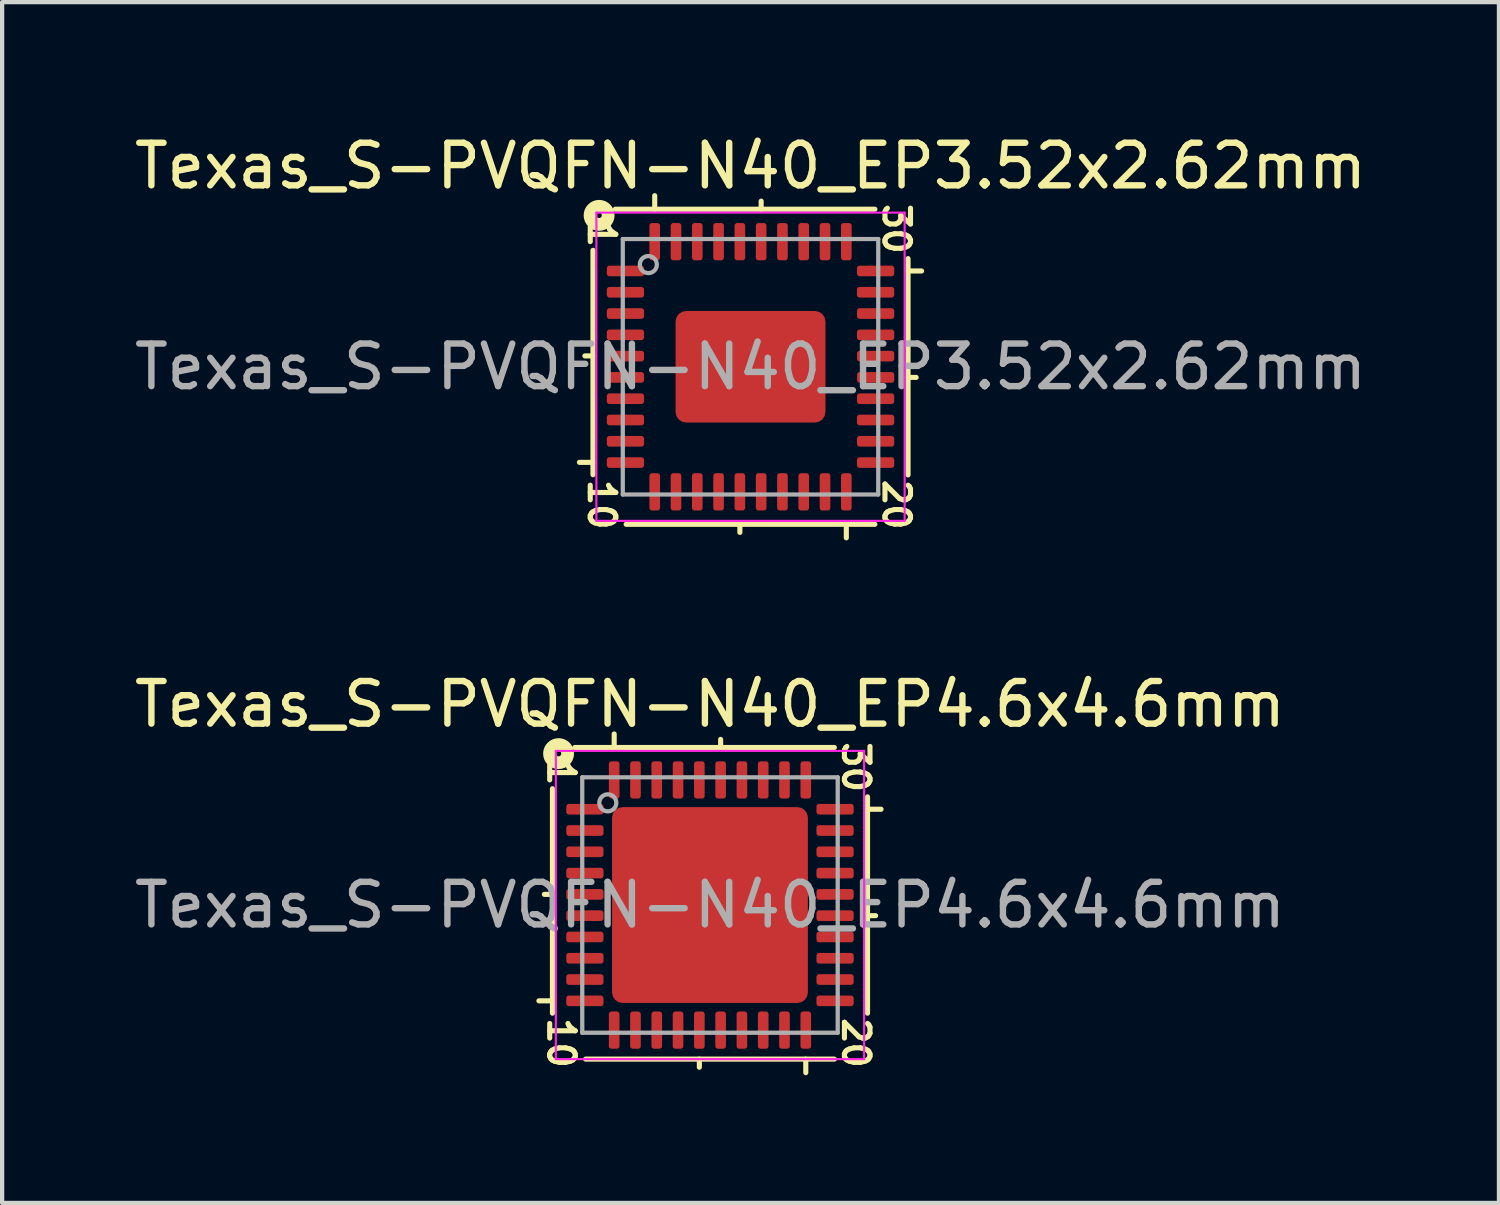
<source format=kicad_pcb>
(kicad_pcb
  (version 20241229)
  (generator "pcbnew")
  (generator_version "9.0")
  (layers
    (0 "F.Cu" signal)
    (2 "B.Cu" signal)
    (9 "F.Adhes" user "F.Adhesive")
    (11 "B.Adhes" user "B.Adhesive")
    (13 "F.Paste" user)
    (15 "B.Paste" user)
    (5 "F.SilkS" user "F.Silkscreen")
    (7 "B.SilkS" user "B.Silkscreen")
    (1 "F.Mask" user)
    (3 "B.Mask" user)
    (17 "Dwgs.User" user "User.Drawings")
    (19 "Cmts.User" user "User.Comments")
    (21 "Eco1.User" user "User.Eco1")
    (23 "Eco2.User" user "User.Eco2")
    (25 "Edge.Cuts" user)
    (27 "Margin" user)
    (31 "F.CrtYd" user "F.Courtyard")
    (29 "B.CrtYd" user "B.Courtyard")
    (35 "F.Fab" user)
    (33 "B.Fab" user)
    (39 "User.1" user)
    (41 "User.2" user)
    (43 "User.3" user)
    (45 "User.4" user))
  (footprint "Texas_S-PVQFN-N40_EP4.6x4.6mm"
    (layer "F.Cu")
    (at 13.625 18.206)
    (property "Reference" "Texas_S-PVQFN-N40_EP4.6x4.6mm" (at 0 -4.716 0) (layer "F.SilkS") (effects (font (size 1 1) (thickness 0.15))))
    (attr smd)
    (fp_line (start -3.7 -2.731) (end -3.7 2.54) (stroke (width 0.12) (type solid)) (layer "F.SilkS"))
    (fp_line (start -3.7 -0.25) (end -3.89 -0.25) (stroke (width 0.12) (type solid)) (layer "F.SilkS"))
    (fp_line (start -3.7 2.25) (end -4.018 2.25) (stroke (width 0.12) (type solid)) (layer "F.SilkS"))
    (fp_line (start -2.921 3.619) (end 2.921 3.619) (stroke (width 0.12) (type solid)) (layer "F.SilkS"))
    (fp_line (start -2.25 -3.7) (end -2.25 -4.018) (stroke (width 0.12) (type solid)) (layer "F.SilkS"))
    (fp_line (start -0.25 3.619) (end -0.25 3.81) (stroke (width 0.12) (type solid)) (layer "F.SilkS"))
    (fp_line (start 0.25 -3.7) (end 0.25 -3.89) (stroke (width 0.12) (type solid)) (layer "F.SilkS"))
    (fp_line (start 2.25 3.619) (end 2.25 3.937) (stroke (width 0.12) (type solid)) (layer "F.SilkS"))
    (fp_line (start 2.921 -3.7) (end -3.175 -3.7) (stroke (width 0.12) (type solid)) (layer "F.SilkS"))
    (fp_line (start 3.7 -2.25) (end 4.018 -2.25) (stroke (width 0.12) (type solid)) (layer "F.SilkS"))
    (fp_line (start 3.7 0.25) (end 3.89 0.25) (stroke (width 0.12) (type solid)) (layer "F.SilkS"))
    (fp_line (start 3.7 2.54) (end 3.7 -2.54) (stroke (width 0.12) (type solid)) (layer "F.SilkS"))
    (fp_circle (center -3.556 -3.556) (end -3.493 -3.556) (stroke (width 0.3) (type solid)) (fill no) (layer "F.SilkS"))
    (fp_line (start -3.62 -3.62) (end -3.62 3.62) (stroke (width 0.05) (type solid)) (layer "F.CrtYd"))
    (fp_line (start -3.62 3.62) (end 3.62 3.62) (stroke (width 0.05) (type solid)) (layer "F.CrtYd"))
    (fp_line (start 3.62 -3.62) (end -3.62 -3.62) (stroke (width 0.05) (type solid)) (layer "F.CrtYd"))
    (fp_line (start 3.62 3.62) (end 3.62 -3.62) (stroke (width 0.05) (type solid)) (layer "F.CrtYd"))
    (fp_line (start -3 -3) (end 3 -3) (stroke (width 0.1) (type solid)) (layer "F.Fab"))
    (fp_line (start -3 3) (end -3 -3) (stroke (width 0.1) (type solid)) (layer "F.Fab"))
    (fp_line (start 3 -3) (end 3 3) (stroke (width 0.1) (type solid)) (layer "F.Fab"))
    (fp_line (start 3 3) (end -3 3) (stroke (width 0.1) (type solid)) (layer "F.Fab"))
    (fp_circle (center -2.4 -2.4) (end -2.2 -2.4) (stroke (width 0.1) (type solid)) (fill no) (layer "F.Fab"))
    (fp_text user "20" (at 3.429 3.239 270) (unlocked yes) (layer "F.SilkS") (effects (font (size 0.6 0.6) (thickness 0.12))))
    (fp_text user "30" (at 3.429 -3.239 270) (unlocked yes) (layer "F.SilkS") (effects (font (size 0.6 0.6) (thickness 0.12))))
    (fp_text user "1" (at -3.493 -3.111 270) (unlocked yes) (layer "F.SilkS") (effects (font (size 0.6 0.6) (thickness 0.12))))
    (fp_text user "10" (at -3.493 3.239 270) (unlocked yes) (layer "F.SilkS") (effects (font (size 0.6 0.6) (thickness 0.12))))
    (fp_text user "${REFERENCE}" (at 0 0 0) (layer "F.Fab") (effects (font (size 1 1) (thickness 0.15))))
    (pad "" smd roundrect (at -1.53 -1.53) (size 1.24 1.24) (layers "F.Paste") (roundrect_rratio 0.202))
    (pad "" smd roundrect (at -1.53 0) (size 1.24 1.24) (layers "F.Paste") (roundrect_rratio 0.202))
    (pad "" smd roundrect (at -1.53 1.53) (size 1.24 1.24) (layers "F.Paste") (roundrect_rratio 0.202))
    (pad "" smd roundrect (at 0 -1.53) (size 1.24 1.24) (layers "F.Paste") (roundrect_rratio 0.202))
    (pad "" smd roundrect (at 0 0) (size 1.24 1.24) (layers "F.Paste") (roundrect_rratio 0.202))
    (pad "" smd roundrect (at 0 1.53) (size 1.24 1.24) (layers "F.Paste") (roundrect_rratio 0.202))
    (pad "" smd roundrect (at 1.53 -1.53) (size 1.24 1.24) (layers "F.Paste") (roundrect_rratio 0.202))
    (pad "" smd roundrect (at 1.53 0) (size 1.24 1.24) (layers "F.Paste") (roundrect_rratio 0.202))
    (pad "" smd roundrect (at 1.53 1.53) (size 1.24 1.24) (layers "F.Paste") (roundrect_rratio 0.202))
    (pad "1" smd roundrect (at -2.938 -2.25) (size 0.875 0.25) (layers "F.Cu" "F.Mask" "F.Paste") (roundrect_rratio 0.25))
    (pad "2" smd roundrect (at -2.938 -1.75) (size 0.875 0.25) (layers "F.Cu" "F.Mask" "F.Paste") (roundrect_rratio 0.25))
    (pad "3" smd roundrect (at -2.938 -1.25) (size 0.875 0.25) (layers "F.Cu" "F.Mask" "F.Paste") (roundrect_rratio 0.25))
    (pad "4" smd roundrect (at -2.938 -0.75) (size 0.875 0.25) (layers "F.Cu" "F.Mask" "F.Paste") (roundrect_rratio 0.25))
    (pad "5" smd roundrect (at -2.938 -0.25) (size 0.875 0.25) (layers "F.Cu" "F.Mask" "F.Paste") (roundrect_rratio 0.25))
    (pad "6" smd roundrect (at -2.938 0.25) (size 0.875 0.25) (layers "F.Cu" "F.Mask" "F.Paste") (roundrect_rratio 0.25))
    (pad "7" smd roundrect (at -2.938 0.75) (size 0.875 0.25) (layers "F.Cu" "F.Mask" "F.Paste") (roundrect_rratio 0.25))
    (pad "8" smd roundrect (at -2.938 1.25) (size 0.875 0.25) (layers "F.Cu" "F.Mask" "F.Paste") (roundrect_rratio 0.25))
    (pad "9" smd roundrect (at -2.938 1.75) (size 0.875 0.25) (layers "F.Cu" "F.Mask" "F.Paste") (roundrect_rratio 0.25))
    (pad "10" smd roundrect (at -2.938 2.25) (size 0.875 0.25) (layers "F.Cu" "F.Mask" "F.Paste") (roundrect_rratio 0.25))
    (pad "11" smd roundrect (at -2.25 2.938) (size 0.25 0.875) (layers "F.Cu" "F.Mask" "F.Paste") (roundrect_rratio 0.25))
    (pad "12" smd roundrect (at -1.75 2.938) (size 0.25 0.875) (layers "F.Cu" "F.Mask" "F.Paste") (roundrect_rratio 0.25))
    (pad "13" smd roundrect (at -1.25 2.938) (size 0.25 0.875) (layers "F.Cu" "F.Mask" "F.Paste") (roundrect_rratio 0.25))
    (pad "14" smd roundrect (at -0.75 2.938) (size 0.25 0.875) (layers "F.Cu" "F.Mask" "F.Paste") (roundrect_rratio 0.25))
    (pad "15" smd roundrect (at -0.25 2.938) (size 0.25 0.875) (layers "F.Cu" "F.Mask" "F.Paste") (roundrect_rratio 0.25))
    (pad "16" smd roundrect (at 0.25 2.938) (size 0.25 0.875) (layers "F.Cu" "F.Mask" "F.Paste") (roundrect_rratio 0.25))
    (pad "17" smd roundrect (at 0.75 2.938) (size 0.25 0.875) (layers "F.Cu" "F.Mask" "F.Paste") (roundrect_rratio 0.25))
    (pad "18" smd roundrect (at 1.25 2.938) (size 0.25 0.875) (layers "F.Cu" "F.Mask" "F.Paste") (roundrect_rratio 0.25))
    (pad "19" smd roundrect (at 1.75 2.938) (size 0.25 0.875) (layers "F.Cu" "F.Mask" "F.Paste") (roundrect_rratio 0.25))
    (pad "20" smd roundrect (at 2.25 2.938) (size 0.25 0.875) (layers "F.Cu" "F.Mask" "F.Paste") (roundrect_rratio 0.25))
    (pad "21" smd roundrect (at 2.938 2.25) (size 0.875 0.25) (layers "F.Cu" "F.Mask" "F.Paste") (roundrect_rratio 0.25))
    (pad "22" smd roundrect (at 2.938 1.75) (size 0.875 0.25) (layers "F.Cu" "F.Mask" "F.Paste") (roundrect_rratio 0.25))
    (pad "23" smd roundrect (at 2.938 1.25) (size 0.875 0.25) (layers "F.Cu" "F.Mask" "F.Paste") (roundrect_rratio 0.25))
    (pad "24" smd roundrect (at 2.938 0.75) (size 0.875 0.25) (layers "F.Cu" "F.Mask" "F.Paste") (roundrect_rratio 0.25))
    (pad "25" smd roundrect (at 2.938 0.25) (size 0.875 0.25) (layers "F.Cu" "F.Mask" "F.Paste") (roundrect_rratio 0.25))
    (pad "26" smd roundrect (at 2.938 -0.25) (size 0.875 0.25) (layers "F.Cu" "F.Mask" "F.Paste") (roundrect_rratio 0.25))
    (pad "27" smd roundrect (at 2.938 -0.75) (size 0.875 0.25) (layers "F.Cu" "F.Mask" "F.Paste") (roundrect_rratio 0.25))
    (pad "28" smd roundrect (at 2.938 -1.25) (size 0.875 0.25) (layers "F.Cu" "F.Mask" "F.Paste") (roundrect_rratio 0.25))
    (pad "29" smd roundrect (at 2.938 -1.75) (size 0.875 0.25) (layers "F.Cu" "F.Mask" "F.Paste") (roundrect_rratio 0.25))
    (pad "30" smd roundrect (at 2.938 -2.25) (size 0.875 0.25) (layers "F.Cu" "F.Mask" "F.Paste") (roundrect_rratio 0.25))
    (pad "31" smd roundrect (at 2.25 -2.938) (size 0.25 0.875) (layers "F.Cu" "F.Mask" "F.Paste") (roundrect_rratio 0.25))
    (pad "32" smd roundrect (at 1.75 -2.938) (size 0.25 0.875) (layers "F.Cu" "F.Mask" "F.Paste") (roundrect_rratio 0.25))
    (pad "33" smd roundrect (at 1.25 -2.938) (size 0.25 0.875) (layers "F.Cu" "F.Mask" "F.Paste") (roundrect_rratio 0.25))
    (pad "34" smd roundrect (at 0.75 -2.938) (size 0.25 0.875) (layers "F.Cu" "F.Mask" "F.Paste") (roundrect_rratio 0.25))
    (pad "35" smd roundrect (at 0.25 -2.938) (size 0.25 0.875) (layers "F.Cu" "F.Mask" "F.Paste") (roundrect_rratio 0.25))
    (pad "36" smd roundrect (at -0.25 -2.938) (size 0.25 0.875) (layers "F.Cu" "F.Mask" "F.Paste") (roundrect_rratio 0.25))
    (pad "37" smd roundrect (at -0.75 -2.938) (size 0.25 0.875) (layers "F.Cu" "F.Mask" "F.Paste") (roundrect_rratio 0.25))
    (pad "38" smd roundrect (at -1.25 -2.938) (size 0.25 0.875) (layers "F.Cu" "F.Mask" "F.Paste") (roundrect_rratio 0.25))
    (pad "39" smd roundrect (at -1.75 -2.938) (size 0.25 0.875) (layers "F.Cu" "F.Mask" "F.Paste") (roundrect_rratio 0.25))
    (pad "40" smd roundrect (at -2.25 -2.938) (size 0.25 0.875) (layers "F.Cu" "F.Mask" "F.Paste") (roundrect_rratio 0.25))
    (pad "41" smd roundrect (at 0 0) (size 4.6 4.6) (layers "F.Cu" "F.Mask") (roundrect_rratio 0.054)))
  (footprint "Texas_S-PVQFN-N40_EP3.52x2.62mm"
    (layer "F.Cu")
    (at 14.577 5.564)
    (property "Reference" "Texas_S-PVQFN-N40_EP3.52x2.62mm" (at 0 -4.716 0) (layer "F.SilkS") (effects (font (size 1 1) (thickness 0.15))))
    (attr smd)
    (fp_line (start -3.7 -2.735) (end -3.7 2.535) (stroke (width 0.12) (type solid)) (layer "F.SilkS"))
    (fp_line (start -3.7 -0.255) (end -3.89 -0.255) (stroke (width 0.12) (type solid)) (layer "F.SilkS"))
    (fp_line (start -3.7 2.245) (end -4.018 2.245) (stroke (width 0.12) (type solid)) (layer "F.SilkS"))
    (fp_line (start -2.921 3.7) (end 2.921 3.7) (stroke (width 0.12) (type solid)) (layer "F.SilkS"))
    (fp_line (start -2.25 -3.7) (end -2.25 -4.018) (stroke (width 0.12) (type solid)) (layer "F.SilkS"))
    (fp_line (start -0.25 3.7) (end -0.25 3.89) (stroke (width 0.12) (type solid)) (layer "F.SilkS"))
    (fp_line (start 0.25 -3.7) (end 0.25 -3.89) (stroke (width 0.12) (type solid)) (layer "F.SilkS"))
    (fp_line (start 2.25 3.7) (end 2.25 4.018) (stroke (width 0.12) (type solid)) (layer "F.SilkS"))
    (fp_line (start 2.921 -3.7) (end -3.175 -3.7) (stroke (width 0.12) (type solid)) (layer "F.SilkS"))
    (fp_line (start 3.7 -2.25) (end 4.018 -2.25) (stroke (width 0.12) (type solid)) (layer "F.SilkS"))
    (fp_line (start 3.7 0.25) (end 3.89 0.25) (stroke (width 0.12) (type solid)) (layer "F.SilkS"))
    (fp_line (start 3.7 2.54) (end 3.7 -2.54) (stroke (width 0.12) (type solid)) (layer "F.SilkS"))
    (fp_circle (center -3.556 -3.556) (end -3.493 -3.556) (stroke (width 0.3) (type solid)) (fill no) (layer "F.SilkS"))
    (fp_line (start -3.62 -3.62) (end -3.62 3.62) (stroke (width 0.05) (type solid)) (layer "F.CrtYd"))
    (fp_line (start -3.62 3.62) (end 3.62 3.62) (stroke (width 0.05) (type solid)) (layer "F.CrtYd"))
    (fp_line (start 3.62 -3.62) (end -3.62 -3.62) (stroke (width 0.05) (type solid)) (layer "F.CrtYd"))
    (fp_line (start 3.62 3.62) (end 3.62 -3.62) (stroke (width 0.05) (type solid)) (layer "F.CrtYd"))
    (fp_line (start -3 -3) (end 3 -3) (stroke (width 0.1) (type solid)) (layer "F.Fab"))
    (fp_line (start -3 3) (end -3 -3) (stroke (width 0.1) (type solid)) (layer "F.Fab"))
    (fp_line (start 3 -3) (end 3 3) (stroke (width 0.1) (type solid)) (layer "F.Fab"))
    (fp_line (start 3 3) (end -3 3) (stroke (width 0.1) (type solid)) (layer "F.Fab"))
    (fp_circle (center -2.4 -2.4) (end -2.2 -2.4) (stroke (width 0.1) (type solid)) (fill no) (layer "F.Fab"))
    (fp_text user "20" (at 3.429 3.239 270) (unlocked yes) (layer "F.SilkS") (effects (font (size 0.6 0.6) (thickness 0.12))))
    (fp_text user "10" (at -3.493 3.239 270) (unlocked yes) (layer "F.SilkS") (effects (font (size 0.6 0.6) (thickness 0.12))))
    (fp_text user "30" (at 3.429 -3.239 270) (unlocked yes) (layer "F.SilkS") (effects (font (size 0.6 0.6) (thickness 0.12))))
    (fp_text user "1" (at -3.493 -3.111 270) (unlocked yes) (layer "F.SilkS") (effects (font (size 0.6 0.6) (thickness 0.12))))
    (fp_text user "${REFERENCE}" (at 0 0 0) (layer "F.Fab") (effects (font (size 1 1) (thickness 0.15))))
    (pad "" smd roundrect (at -1.17 -0.655) (size 0.95 1.06) (layers "F.Paste") (roundrect_rratio 0.25))
    (pad "" smd roundrect (at -1.17 0.655) (size 0.95 1.06) (layers "F.Paste") (roundrect_rratio 0.25))
    (pad "" smd roundrect (at 0 -0.655) (size 0.95 1.06) (layers "F.Paste") (roundrect_rratio 0.25))
    (pad "" smd roundrect (at 0 0.655) (size 0.95 1.06) (layers "F.Paste") (roundrect_rratio 0.25))
    (pad "" smd roundrect (at 1.17 -0.655) (size 0.95 1.06) (layers "F.Paste") (roundrect_rratio 0.25))
    (pad "" smd roundrect (at 1.17 0.655) (size 0.95 1.06) (layers "F.Paste") (roundrect_rratio 0.25))
    (pad "1" smd roundrect (at -2.938 -2.25) (size 0.875 0.25) (layers "F.Cu" "F.Mask" "F.Paste") (roundrect_rratio 0.25))
    (pad "2" smd roundrect (at -2.938 -1.75) (size 0.875 0.25) (layers "F.Cu" "F.Mask" "F.Paste") (roundrect_rratio 0.25))
    (pad "3" smd roundrect (at -2.938 -1.25) (size 0.875 0.25) (layers "F.Cu" "F.Mask" "F.Paste") (roundrect_rratio 0.25))
    (pad "4" smd roundrect (at -2.938 -0.75) (size 0.875 0.25) (layers "F.Cu" "F.Mask" "F.Paste") (roundrect_rratio 0.25))
    (pad "5" smd roundrect (at -2.938 -0.25) (size 0.875 0.25) (layers "F.Cu" "F.Mask" "F.Paste") (roundrect_rratio 0.25))
    (pad "6" smd roundrect (at -2.938 0.25) (size 0.875 0.25) (layers "F.Cu" "F.Mask" "F.Paste") (roundrect_rratio 0.25))
    (pad "7" smd roundrect (at -2.938 0.75) (size 0.875 0.25) (layers "F.Cu" "F.Mask" "F.Paste") (roundrect_rratio 0.25))
    (pad "8" smd roundrect (at -2.938 1.25) (size 0.875 0.25) (layers "F.Cu" "F.Mask" "F.Paste") (roundrect_rratio 0.25))
    (pad "9" smd roundrect (at -2.938 1.75) (size 0.875 0.25) (layers "F.Cu" "F.Mask" "F.Paste") (roundrect_rratio 0.25))
    (pad "10" smd roundrect (at -2.938 2.25) (size 0.875 0.25) (layers "F.Cu" "F.Mask" "F.Paste") (roundrect_rratio 0.25))
    (pad "11" smd roundrect (at -2.25 2.938) (size 0.25 0.875) (layers "F.Cu" "F.Mask" "F.Paste") (roundrect_rratio 0.25))
    (pad "12" smd roundrect (at -1.75 2.938) (size 0.25 0.875) (layers "F.Cu" "F.Mask" "F.Paste") (roundrect_rratio 0.25))
    (pad "13" smd roundrect (at -1.25 2.938) (size 0.25 0.875) (layers "F.Cu" "F.Mask" "F.Paste") (roundrect_rratio 0.25))
    (pad "14" smd roundrect (at -0.75 2.938) (size 0.25 0.875) (layers "F.Cu" "F.Mask" "F.Paste") (roundrect_rratio 0.25))
    (pad "15" smd roundrect (at -0.25 2.938) (size 0.25 0.875) (layers "F.Cu" "F.Mask" "F.Paste") (roundrect_rratio 0.25))
    (pad "16" smd roundrect (at 0.25 2.938) (size 0.25 0.875) (layers "F.Cu" "F.Mask" "F.Paste") (roundrect_rratio 0.25))
    (pad "17" smd roundrect (at 0.75 2.938) (size 0.25 0.875) (layers "F.Cu" "F.Mask" "F.Paste") (roundrect_rratio 0.25))
    (pad "18" smd roundrect (at 1.25 2.938) (size 0.25 0.875) (layers "F.Cu" "F.Mask" "F.Paste") (roundrect_rratio 0.25))
    (pad "19" smd roundrect (at 1.75 2.938) (size 0.25 0.875) (layers "F.Cu" "F.Mask" "F.Paste") (roundrect_rratio 0.25))
    (pad "20" smd roundrect (at 2.25 2.938) (size 0.25 0.875) (layers "F.Cu" "F.Mask" "F.Paste") (roundrect_rratio 0.25))
    (pad "21" smd roundrect (at 2.938 2.25) (size 0.875 0.25) (layers "F.Cu" "F.Mask" "F.Paste") (roundrect_rratio 0.25))
    (pad "22" smd roundrect (at 2.938 1.75) (size 0.875 0.25) (layers "F.Cu" "F.Mask" "F.Paste") (roundrect_rratio 0.25))
    (pad "23" smd roundrect (at 2.938 1.25) (size 0.875 0.25) (layers "F.Cu" "F.Mask" "F.Paste") (roundrect_rratio 0.25))
    (pad "24" smd roundrect (at 2.938 0.75) (size 0.875 0.25) (layers "F.Cu" "F.Mask" "F.Paste") (roundrect_rratio 0.25))
    (pad "25" smd roundrect (at 2.938 0.25) (size 0.875 0.25) (layers "F.Cu" "F.Mask" "F.Paste") (roundrect_rratio 0.25))
    (pad "26" smd roundrect (at 2.938 -0.25) (size 0.875 0.25) (layers "F.Cu" "F.Mask" "F.Paste") (roundrect_rratio 0.25))
    (pad "27" smd roundrect (at 2.938 -0.75) (size 0.875 0.25) (layers "F.Cu" "F.Mask" "F.Paste") (roundrect_rratio 0.25))
    (pad "28" smd roundrect (at 2.938 -1.25) (size 0.875 0.25) (layers "F.Cu" "F.Mask" "F.Paste") (roundrect_rratio 0.25))
    (pad "29" smd roundrect (at 2.938 -1.75) (size 0.875 0.25) (layers "F.Cu" "F.Mask" "F.Paste") (roundrect_rratio 0.25))
    (pad "30" smd roundrect (at 2.938 -2.25) (size 0.875 0.25) (layers "F.Cu" "F.Mask" "F.Paste") (roundrect_rratio 0.25))
    (pad "31" smd roundrect (at 2.25 -2.938) (size 0.25 0.875) (layers "F.Cu" "F.Mask" "F.Paste") (roundrect_rratio 0.25))
    (pad "32" smd roundrect (at 1.75 -2.938) (size 0.25 0.875) (layers "F.Cu" "F.Mask" "F.Paste") (roundrect_rratio 0.25))
    (pad "33" smd roundrect (at 1.25 -2.938) (size 0.25 0.875) (layers "F.Cu" "F.Mask" "F.Paste") (roundrect_rratio 0.25))
    (pad "34" smd roundrect (at 0.75 -2.938) (size 0.25 0.875) (layers "F.Cu" "F.Mask" "F.Paste") (roundrect_rratio 0.25))
    (pad "35" smd roundrect (at 0.25 -2.938) (size 0.25 0.875) (layers "F.Cu" "F.Mask" "F.Paste") (roundrect_rratio 0.25))
    (pad "36" smd roundrect (at -0.25 -2.938) (size 0.25 0.875) (layers "F.Cu" "F.Mask" "F.Paste") (roundrect_rratio 0.25))
    (pad "37" smd roundrect (at -0.75 -2.938) (size 0.25 0.875) (layers "F.Cu" "F.Mask" "F.Paste") (roundrect_rratio 0.25))
    (pad "38" smd roundrect (at -1.25 -2.938) (size 0.25 0.875) (layers "F.Cu" "F.Mask" "F.Paste") (roundrect_rratio 0.25))
    (pad "39" smd roundrect (at -1.75 -2.938) (size 0.25 0.875) (layers "F.Cu" "F.Mask" "F.Paste") (roundrect_rratio 0.25))
    (pad "40" smd roundrect (at -2.25 -2.938) (size 0.25 0.875) (layers "F.Cu" "F.Mask" "F.Paste") (roundrect_rratio 0.25))
    (pad "41" smd roundrect (at 0 0) (size 3.52 2.62) (layers "F.Cu" "F.Mask") (roundrect_rratio 0.095)))
  (gr_rect
    (start -3 -3)
    (end 32.155 25.203)
    (stroke (width 0.1) (type default))
    (fill no)
    (layer "Edge.Cuts")))
</source>
